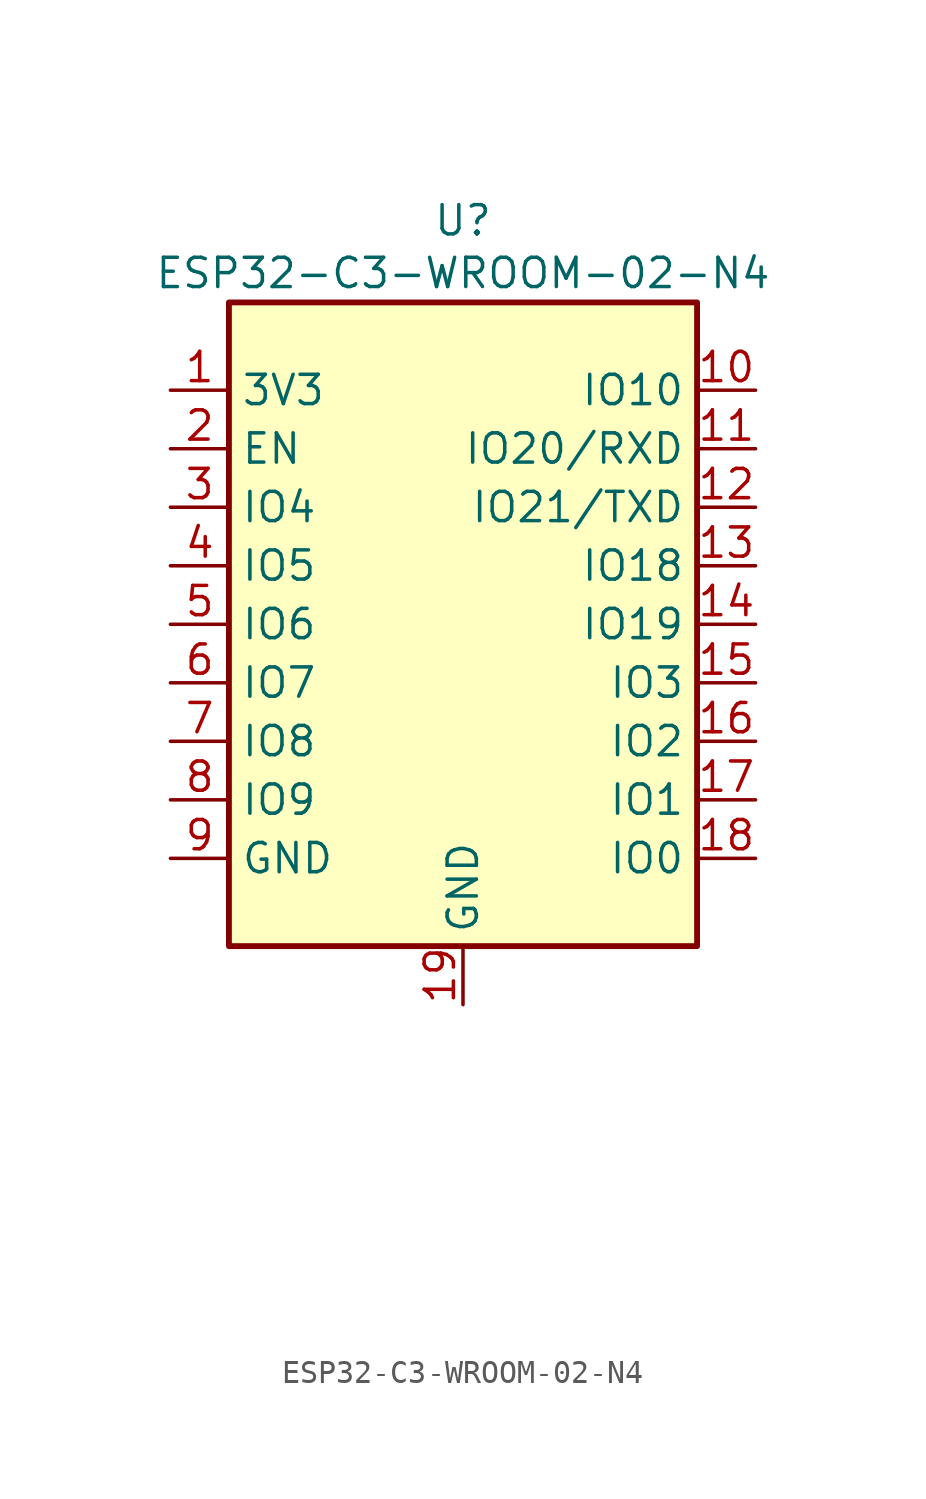
<source format=kicad_sym>
(kicad_symbol_lib
  (version 20241209)
  (generator "kicad_symbol_editor")
  (generator_version "9.0")
  (symbol "ESP32-C3-WROOM-02-N4"
    (property "Reference" "U"
      (at 0 17.526 0)
      (effects (font (size 1.27 1.27))))
    (property "Value" "ESP32-C3-WROOM-02-N4"
      (at 0 15.24 0)
      (effects (font (size 1.27 1.27))))
    (symbol "ESP32-C3-WROOM-02-N4_1_1"
      (rectangle (start -10.16 13.97) (end 10.16 -13.97) (stroke (width 0.254) (type default)) (fill (type background)))
      (pin power_in line (at -12.7 10.16 0) (length 2.54) (name "3V3" (effects (font (size 1.27 1.27)))) (number "1" (effects (font (size 1.27 1.27)))))
      (pin input line (at -12.7 7.62 0) (length 2.54) (name "EN" (effects (font (size 1.27 1.27)))) (number "2" (effects (font (size 1.27 1.27)))))
      (pin bidirectional line (at -12.7 5.08 0) (length 2.54) (name "IO4" (effects (font (size 1.27 1.27)))) (number "3" (effects (font (size 1.27 1.27)))))
      (pin bidirectional line (at -12.7 2.54 0) (length 2.54) (name "IO5" (effects (font (size 1.27 1.27)))) (number "4" (effects (font (size 1.27 1.27)))))
      (pin bidirectional line (at -12.7 0 0) (length 2.54) (name "IO6" (effects (font (size 1.27 1.27)))) (number "5" (effects (font (size 1.27 1.27)))))
      (pin bidirectional line (at -12.7 -2.54 0) (length 2.54) (name "IO7" (effects (font (size 1.27 1.27)))) (number "6" (effects (font (size 1.27 1.27)))))
      (pin bidirectional line (at -12.7 -5.08 0) (length 2.54) (name "IO8" (effects (font (size 1.27 1.27)))) (number "7" (effects (font (size 1.27 1.27)))))
      (pin bidirectional line (at -12.7 -7.62 0) (length 2.54) (name "IO9" (effects (font (size 1.27 1.27)))) (number "8" (effects (font (size 1.27 1.27)))))
      (pin power_in line (at -12.7 -10.16 0) (length 2.54) (name "GND" (effects (font (size 1.27 1.27)))) (number "9" (effects (font (size 1.27 1.27)))))
      (pin power_out line (at 0 -16.51 90) (length 2.54) (name "GND" (effects (font (size 1.27 1.27)))) (number "19" (effects (font (size 1.27 1.27)))))
      (pin passive line (at 1.27 -26.67 90) (length 2.54) (hide yes) (name "GND" (effects (font (size 1.27 1.27)))) (number "19" (effects (font (size 1.27 1.27)))))
      (pin bidirectional line (at 12.7 10.16 180) (length 2.54) (name "IO10" (effects (font (size 1.27 1.27)))) (number "10" (effects (font (size 1.27 1.27)))))
      (pin bidirectional line (at 12.7 7.62 180) (length 2.54) (name "IO20/RXD" (effects (font (size 1.27 1.27)))) (number "11" (effects (font (size 1.27 1.27)))))
      (pin bidirectional line (at 12.7 5.08 180) (length 2.54) (name "IO21/TXD" (effects (font (size 1.27 1.27)))) (number "12" (effects (font (size 1.27 1.27)))))
      (pin bidirectional line (at 12.7 2.54 180) (length 2.54) (name "IO18" (effects (font (size 1.27 1.27)))) (number "13" (effects (font (size 1.27 1.27)))))
      (pin bidirectional line (at 12.7 0 180) (length 2.54) (name "IO19" (effects (font (size 1.27 1.27)))) (number "14" (effects (font (size 1.27 1.27)))))
      (pin bidirectional line (at 12.7 -2.54 180) (length 2.54) (name "IO3" (effects (font (size 1.27 1.27)))) (number "15" (effects (font (size 1.27 1.27)))))
      (pin bidirectional line (at 12.7 -5.08 180) (length 2.54) (name "IO2" (effects (font (size 1.27 1.27)))) (number "16" (effects (font (size 1.27 1.27)))))
      (pin bidirectional line (at 12.7 -7.62 180) (length 2.54) (name "IO1" (effects (font (size 1.27 1.27)))) (number "17" (effects (font (size 1.27 1.27)))))
      (pin bidirectional line (at 12.7 -10.16 180) (length 2.54) (name "IO0" (effects (font (size 1.27 1.27)))) (number "18" (effects (font (size 1.27 1.27))))))))
</source>
